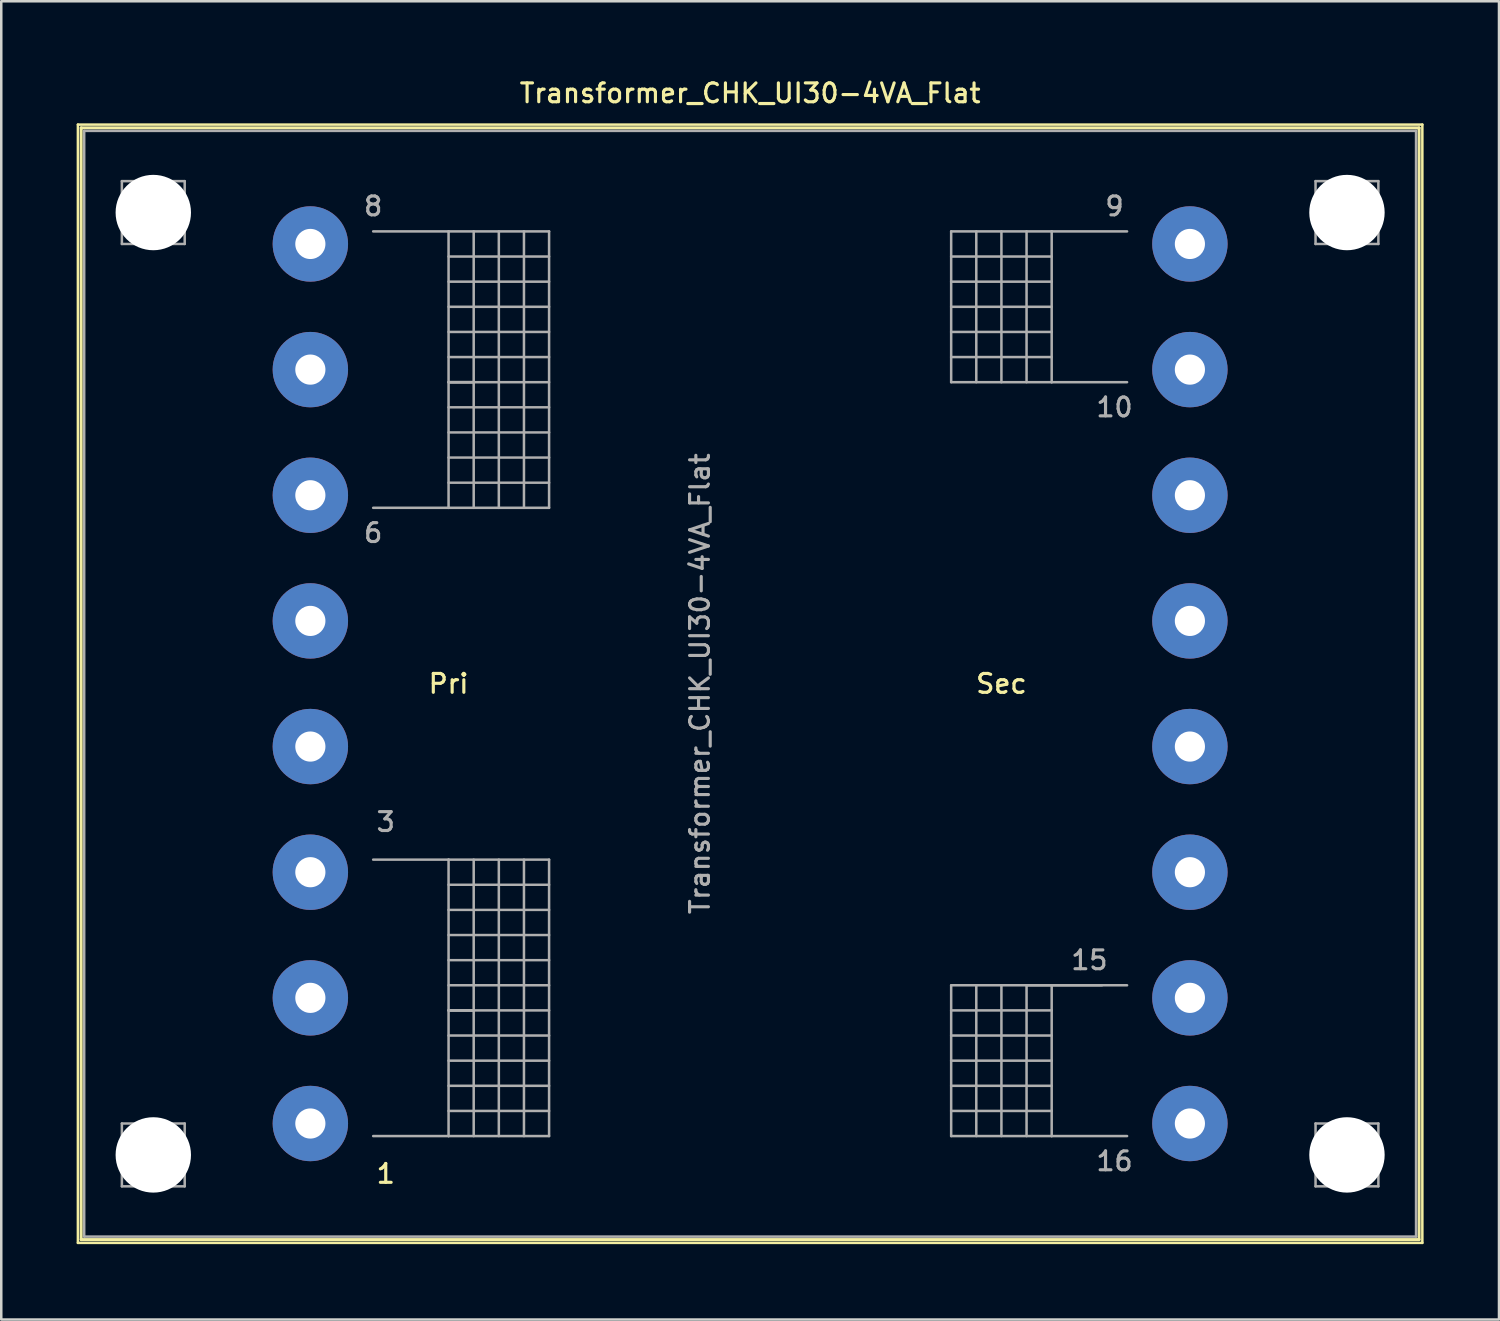
<source format=kicad_pcb>
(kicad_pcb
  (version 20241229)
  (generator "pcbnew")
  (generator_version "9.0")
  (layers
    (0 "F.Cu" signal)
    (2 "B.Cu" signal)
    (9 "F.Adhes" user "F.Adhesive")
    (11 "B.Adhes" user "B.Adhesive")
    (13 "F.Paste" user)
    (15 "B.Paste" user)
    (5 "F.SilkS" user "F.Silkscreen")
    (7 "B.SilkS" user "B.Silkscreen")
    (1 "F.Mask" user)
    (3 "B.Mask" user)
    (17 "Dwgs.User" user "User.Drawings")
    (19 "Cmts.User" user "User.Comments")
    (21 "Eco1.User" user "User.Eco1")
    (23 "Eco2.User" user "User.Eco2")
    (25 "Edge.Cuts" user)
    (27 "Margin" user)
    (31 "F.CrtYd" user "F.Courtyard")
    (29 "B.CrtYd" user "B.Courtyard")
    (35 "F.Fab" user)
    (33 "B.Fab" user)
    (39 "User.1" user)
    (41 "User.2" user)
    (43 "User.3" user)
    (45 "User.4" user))
  (footprint "Transformer_CHK_UI30-4VA_Flat"
    (layer "F.Cu")
    (at 9.3 41.658)
    (property "Reference" "Transformer_CHK_UI30-4VA_Flat" (at 17.5 -41 0) (layer "F.SilkS") (effects (font (size 0.75 0.75) (thickness 0.125))))
    (attr through_hole)
    (fp_line (start -9.25 -39.75) (end -9.25 4.75) (stroke (width 0.1) (type solid)) (layer "F.SilkS"))
    (fp_line (start -9.25 -39.75) (end 44.25 -39.75) (stroke (width 0.1) (type solid)) (layer "F.SilkS"))
    (fp_line (start -9.12 -39.62) (end -9.12 4.62) (stroke (width 0.12) (type solid)) (layer "F.SilkS"))
    (fp_line (start -9.12 -39.62) (end 44.12 -39.62) (stroke (width 0.12) (type solid)) (layer "F.SilkS"))
    (fp_line (start 44.12 4.62) (end -9.12 4.62) (stroke (width 0.12) (type solid)) (layer "F.SilkS"))
    (fp_line (start 44.12 4.62) (end 44.12 -39.62) (stroke (width 0.12) (type solid)) (layer "F.SilkS"))
    (fp_line (start 44.25 4.75) (end -9.25 4.75) (stroke (width 0.1) (type solid)) (layer "F.SilkS"))
    (fp_line (start 44.25 4.75) (end 44.25 -39.75) (stroke (width 0.1) (type solid)) (layer "F.SilkS"))
    (fp_line (start -9 -39.5) (end -9 4.5) (stroke (width 0.1) (type solid)) (layer "F.Fab"))
    (fp_line (start -9 4.5) (end 44 4.5) (stroke (width 0.1) (type solid)) (layer "F.Fab"))
    (fp_line (start -7.5 -37.5) (end -7.5 -35) (stroke (width 0.1) (type solid)) (layer "F.Fab"))
    (fp_line (start -7.5 -35) (end -5 -35) (stroke (width 0.1) (type solid)) (layer "F.Fab"))
    (fp_line (start -7.5 0) (end -7.5 2.5) (stroke (width 0.1) (type solid)) (layer "F.Fab"))
    (fp_line (start -7.5 2.5) (end -5 2.5) (stroke (width 0.1) (type solid)) (layer "F.Fab"))
    (fp_line (start -6.25 -37.5) (end -7.5 -37.5) (stroke (width 0.1) (type solid)) (layer "F.Fab"))
    (fp_line (start -6.25 0) (end -7.5 0) (stroke (width 0.1) (type solid)) (layer "F.Fab"))
    (fp_line (start -5 -37.5) (end -6.25 -37.5) (stroke (width 0.1) (type solid)) (layer "F.Fab"))
    (fp_line (start -5 -35) (end -5 -37.5) (stroke (width 0.1) (type solid)) (layer "F.Fab"))
    (fp_line (start -5 0) (end -6.25 0) (stroke (width 0.1) (type solid)) (layer "F.Fab"))
    (fp_line (start -5 2.5) (end -5 0) (stroke (width 0.1) (type solid)) (layer "F.Fab"))
    (fp_line (start 2.5 -35.5) (end 5.5 -35.5) (stroke (width 0.1) (type solid)) (layer "F.Fab"))
    (fp_line (start 2.5 -10.5) (end 5.5 -10.5) (stroke (width 0.1) (type solid)) (layer "F.Fab"))
    (fp_line (start 5.5 -35.5) (end 5.5 -24.5) (stroke (width 0.1) (type solid)) (layer "F.Fab"))
    (fp_line (start 5.5 -35.5) (end 9.5 -35.5) (stroke (width 0.1) (type solid)) (layer "F.Fab"))
    (fp_line (start 5.5 -34.5) (end 9.5 -34.5) (stroke (width 0.1) (type solid)) (layer "F.Fab"))
    (fp_line (start 5.5 -33.5) (end 9.5 -33.5) (stroke (width 0.1) (type solid)) (layer "F.Fab"))
    (fp_line (start 5.5 -32.5) (end 9.5 -32.5) (stroke (width 0.1) (type solid)) (layer "F.Fab"))
    (fp_line (start 5.5 -31.5) (end 9.5 -31.5) (stroke (width 0.1) (type solid)) (layer "F.Fab"))
    (fp_line (start 5.5 -30.5) (end 9.5 -30.5) (stroke (width 0.1) (type solid)) (layer "F.Fab"))
    (fp_line (start 5.5 -29.5) (end 6.5 -29.5) (stroke (width 0.1) (type solid)) (layer "F.Fab"))
    (fp_line (start 5.5 -28.5) (end 9.5 -28.5) (stroke (width 0.1) (type solid)) (layer "F.Fab"))
    (fp_line (start 5.5 -26.5) (end 8.5 -26.5) (stroke (width 0.1) (type solid)) (layer "F.Fab"))
    (fp_line (start 5.5 -24.5) (end 2.5 -24.5) (stroke (width 0.1) (type solid)) (layer "F.Fab"))
    (fp_line (start 5.5 -10.5) (end 5.5 0.5) (stroke (width 0.1) (type solid)) (layer "F.Fab"))
    (fp_line (start 5.5 -10.5) (end 9.5 -10.5) (stroke (width 0.1) (type solid)) (layer "F.Fab"))
    (fp_line (start 5.5 -9.5) (end 9.5 -9.5) (stroke (width 0.1) (type solid)) (layer "F.Fab"))
    (fp_line (start 5.5 -8.5) (end 9.5 -8.5) (stroke (width 0.1) (type solid)) (layer "F.Fab"))
    (fp_line (start 5.5 -7.5) (end 9.5 -7.5) (stroke (width 0.1) (type solid)) (layer "F.Fab"))
    (fp_line (start 5.5 -6.5) (end 9.5 -6.5) (stroke (width 0.1) (type solid)) (layer "F.Fab"))
    (fp_line (start 5.5 -5.5) (end 9.5 -5.5) (stroke (width 0.1) (type solid)) (layer "F.Fab"))
    (fp_line (start 5.5 -4.5) (end 6.5 -4.5) (stroke (width 0.1) (type solid)) (layer "F.Fab"))
    (fp_line (start 5.5 -3.5) (end 9.5 -3.5) (stroke (width 0.1) (type solid)) (layer "F.Fab"))
    (fp_line (start 5.5 -1.5) (end 8.5 -1.5) (stroke (width 0.1) (type solid)) (layer "F.Fab"))
    (fp_line (start 5.5 0.5) (end 2.5 0.5) (stroke (width 0.1) (type solid)) (layer "F.Fab"))
    (fp_line (start 6.5 -35.5) (end 6.5 -24.5) (stroke (width 0.1) (type solid)) (layer "F.Fab"))
    (fp_line (start 6.5 -29.5) (end 5.5 -29.5) (stroke (width 0.1) (type solid)) (layer "F.Fab"))
    (fp_line (start 6.5 -10.5) (end 6.5 0.5) (stroke (width 0.1) (type solid)) (layer "F.Fab"))
    (fp_line (start 6.5 -4.5) (end 5.5 -4.5) (stroke (width 0.1) (type solid)) (layer "F.Fab"))
    (fp_line (start 7.5 -24.5) (end 7.5 -35.5) (stroke (width 0.1) (type solid)) (layer "F.Fab"))
    (fp_line (start 7.5 0.5) (end 7.5 -10.5) (stroke (width 0.1) (type solid)) (layer "F.Fab"))
    (fp_line (start 8.5 -35.5) (end 8.5 -24.5) (stroke (width 0.1) (type solid)) (layer "F.Fab"))
    (fp_line (start 8.5 -26.5) (end 9.5 -26.5) (stroke (width 0.1) (type solid)) (layer "F.Fab"))
    (fp_line (start 8.5 -10.5) (end 8.5 0.5) (stroke (width 0.1) (type solid)) (layer "F.Fab"))
    (fp_line (start 8.5 -1.5) (end 9.5 -1.5) (stroke (width 0.1) (type solid)) (layer "F.Fab"))
    (fp_line (start 9.5 -35.5) (end 9.5 -24.5) (stroke (width 0.1) (type solid)) (layer "F.Fab"))
    (fp_line (start 9.5 -29.5) (end 5.5 -29.5) (stroke (width 0.1) (type solid)) (layer "F.Fab"))
    (fp_line (start 9.5 -27.5) (end 5.5 -27.5) (stroke (width 0.1) (type solid)) (layer "F.Fab"))
    (fp_line (start 9.5 -25.5) (end 5.5 -25.5) (stroke (width 0.1) (type solid)) (layer "F.Fab"))
    (fp_line (start 9.5 -24.5) (end 5.5 -24.5) (stroke (width 0.1) (type solid)) (layer "F.Fab"))
    (fp_line (start 9.5 -10.5) (end 9.5 0.5) (stroke (width 0.1) (type solid)) (layer "F.Fab"))
    (fp_line (start 9.5 -4.5) (end 5.5 -4.5) (stroke (width 0.1) (type solid)) (layer "F.Fab"))
    (fp_line (start 9.5 -2.5) (end 5.5 -2.5) (stroke (width 0.1) (type solid)) (layer "F.Fab"))
    (fp_line (start 9.5 -0.5) (end 5.5 -0.5) (stroke (width 0.1) (type solid)) (layer "F.Fab"))
    (fp_line (start 9.5 0.5) (end 5.5 0.5) (stroke (width 0.1) (type solid)) (layer "F.Fab"))
    (fp_line (start 25.5 -35.5) (end 25.5 -29.5) (stroke (width 0.1) (type solid)) (layer "F.Fab"))
    (fp_line (start 25.5 -34.5) (end 29.5 -34.5) (stroke (width 0.1) (type solid)) (layer "F.Fab"))
    (fp_line (start 25.5 -32.5) (end 29.5 -32.5) (stroke (width 0.1) (type solid)) (layer "F.Fab"))
    (fp_line (start 25.5 -31.5) (end 29.5 -31.5) (stroke (width 0.1) (type solid)) (layer "F.Fab"))
    (fp_line (start 25.5 -29.5) (end 29.5 -29.5) (stroke (width 0.1) (type solid)) (layer "F.Fab"))
    (fp_line (start 25.5 -5.5) (end 25.5 0.5) (stroke (width 0.1) (type solid)) (layer "F.Fab"))
    (fp_line (start 25.5 -4.5) (end 29.5 -4.5) (stroke (width 0.1) (type solid)) (layer "F.Fab"))
    (fp_line (start 25.5 -2.5) (end 29.5 -2.5) (stroke (width 0.1) (type solid)) (layer "F.Fab"))
    (fp_line (start 25.5 -1.5) (end 29.5 -1.5) (stroke (width 0.1) (type solid)) (layer "F.Fab"))
    (fp_line (start 25.5 0.5) (end 29.5 0.5) (stroke (width 0.1) (type solid)) (layer "F.Fab"))
    (fp_line (start 26.5 -35.5) (end 26.5 -29.5) (stroke (width 0.1) (type solid)) (layer "F.Fab"))
    (fp_line (start 26.5 -5.5) (end 26.5 0.5) (stroke (width 0.1) (type solid)) (layer "F.Fab"))
    (fp_line (start 27.5 -35.5) (end 27.5 -29.5) (stroke (width 0.1) (type solid)) (layer "F.Fab"))
    (fp_line (start 27.5 -5.5) (end 27.5 0.5) (stroke (width 0.1) (type solid)) (layer "F.Fab"))
    (fp_line (start 28.5 -35.5) (end 28.5 -29.5) (stroke (width 0.1) (type solid)) (layer "F.Fab"))
    (fp_line (start 28.5 -5.5) (end 28.5 0.5) (stroke (width 0.1) (type solid)) (layer "F.Fab"))
    (fp_line (start 29.5 -35.5) (end 25.5 -35.5) (stroke (width 0.1) (type solid)) (layer "F.Fab"))
    (fp_line (start 29.5 -35.5) (end 29.5 -29.5) (stroke (width 0.1) (type solid)) (layer "F.Fab"))
    (fp_line (start 29.5 -33.5) (end 25.5 -33.5) (stroke (width 0.1) (type solid)) (layer "F.Fab"))
    (fp_line (start 29.5 -30.5) (end 25.5 -30.5) (stroke (width 0.1) (type solid)) (layer "F.Fab"))
    (fp_line (start 29.5 -29.5) (end 32.5 -29.5) (stroke (width 0.1) (type solid)) (layer "F.Fab"))
    (fp_line (start 29.5 -5.5) (end 25.5 -5.5) (stroke (width 0.1) (type solid)) (layer "F.Fab"))
    (fp_line (start 29.5 -5.5) (end 29.5 0.5) (stroke (width 0.1) (type solid)) (layer "F.Fab"))
    (fp_line (start 29.5 -3.5) (end 25.5 -3.5) (stroke (width 0.1) (type solid)) (layer "F.Fab"))
    (fp_line (start 29.5 -0.5) (end 25.5 -0.5) (stroke (width 0.1) (type solid)) (layer "F.Fab"))
    (fp_line (start 29.5 0.5) (end 32.5 0.5) (stroke (width 0.1) (type solid)) (layer "F.Fab"))
    (fp_line (start 31.5 -5.5) (end 28.5 -5.5) (stroke (width 0.1) (type solid)) (layer "F.Fab"))
    (fp_line (start 32.5 -35.5) (end 29.5 -35.5) (stroke (width 0.1) (type solid)) (layer "F.Fab"))
    (fp_line (start 32.5 -5.5) (end 29.5 -5.5) (stroke (width 0.1) (type solid)) (layer "F.Fab"))
    (fp_line (start 40 -37.5) (end 40 -35) (stroke (width 0.1) (type solid)) (layer "F.Fab"))
    (fp_line (start 40 -35) (end 42.5 -35) (stroke (width 0.1) (type solid)) (layer "F.Fab"))
    (fp_line (start 40 0) (end 40 2.5) (stroke (width 0.1) (type solid)) (layer "F.Fab"))
    (fp_line (start 40 2.5) (end 42.5 2.5) (stroke (width 0.1) (type solid)) (layer "F.Fab"))
    (fp_line (start 41.25 -37.5) (end 40 -37.5) (stroke (width 0.1) (type solid)) (layer "F.Fab"))
    (fp_line (start 41.25 0) (end 40 0) (stroke (width 0.1) (type solid)) (layer "F.Fab"))
    (fp_line (start 42.5 -37.5) (end 41.25 -37.5) (stroke (width 0.1) (type solid)) (layer "F.Fab"))
    (fp_line (start 42.5 -35) (end 42.5 -37.5) (stroke (width 0.1) (type solid)) (layer "F.Fab"))
    (fp_line (start 42.5 0) (end 41.25 0) (stroke (width 0.1) (type solid)) (layer "F.Fab"))
    (fp_line (start 42.5 2.5) (end 42.5 0) (stroke (width 0.1) (type solid)) (layer "F.Fab"))
    (fp_line (start 44 -39.5) (end -9 -39.5) (stroke (width 0.1) (type solid)) (layer "F.Fab"))
    (fp_line (start 44 4.5) (end 44 -39.5) (stroke (width 0.1) (type solid)) (layer "F.Fab"))
    (fp_text user "Pri" (at 5.5 -17.5 0) (layer "F.SilkS") (effects (font (size 0.75 0.75) (thickness 0.125))))
    (fp_text user "1" (at 3 2 0) (layer "F.SilkS") (effects (font (size 0.75 0.75) (thickness 0.125))))
    (fp_text user "Sec" (at 27.5 -17.5 0) (layer "F.SilkS") (effects (font (size 0.75 0.75) (thickness 0.125))))
    (fp_text user "3" (at 3 -12 0) (layer "F.Fab") (effects (font (size 0.75 0.75) (thickness 0.125))))
    (fp_text user "6" (at 2.5 -23.5 0) (layer "F.Fab") (effects (font (size 0.75 0.75) (thickness 0.125))))
    (fp_text user "8" (at 2.5 -36.5 0) (layer "F.Fab") (effects (font (size 0.75 0.75) (thickness 0.125))))
    (fp_text user "9" (at 32 -36.5 0) (layer "F.Fab") (effects (font (size 0.75 0.75) (thickness 0.125))))
    (fp_text user "10" (at 32 -28.5 0) (layer "F.Fab") (effects (font (size 0.75 0.75) (thickness 0.125))))
    (fp_text user "15" (at 31 -6.5 0) (layer "F.Fab") (effects (font (size 0.75 0.75) (thickness 0.125))))
    (fp_text user "${REFERENCE}" (at 15.5 -17.5 90) (layer "F.Fab") (effects (font (size 0.75 0.75) (thickness 0.125))))
    (fp_text user "16" (at 32 1.5 0) (layer "F.Fab") (effects (font (size 0.75 0.75) (thickness 0.125))))
    (pad "" np_thru_hole circle (at -6.25 -36.25) (size 3 3) (drill 3) (layers "*.Cu" "*.Mask"))
    (pad "" np_thru_hole circle (at -6.25 1.25) (size 3 3) (drill 3) (layers "*.Cu" "*.Mask"))
    (pad "" np_thru_hole circle (at 41.25 -36.25) (size 3 3) (drill 3) (layers "*.Cu" "*.Mask"))
    (pad "" np_thru_hole circle (at 41.25 1.25) (size 3 3) (drill 3) (layers "*.Cu" "*.Mask"))
    (pad "1" thru_hole circle (at 0 0) (size 3 3) (drill 1.2) (layers "*.Cu" "*.Mask"))
    (pad "2" thru_hole circle (at 0 -5) (size 3 3) (drill 1.2) (layers "*.Cu" "*.Mask"))
    (pad "3" thru_hole circle (at 0 -10) (size 3 3) (drill 1.2) (layers "*.Cu" "*.Mask"))
    (pad "4" thru_hole circle (at 0 -15) (size 3 3) (drill 1.2) (layers "*.Cu" "*.Mask"))
    (pad "5" thru_hole circle (at 0 -20) (size 3 3) (drill 1.2) (layers "*.Cu" "*.Mask"))
    (pad "6" thru_hole circle (at 0 -25) (size 3 3) (drill 1.2) (layers "*.Cu" "*.Mask"))
    (pad "7" thru_hole circle (at 0 -30) (size 3 3) (drill 1.2) (layers "*.Cu" "*.Mask"))
    (pad "8" thru_hole circle (at 0 -35) (size 3 3) (drill 1.2) (layers "*.Cu" "*.Mask"))
    (pad "9" thru_hole circle (at 35 -35) (size 3 3) (drill 1.2) (layers "*.Cu" "*.Mask"))
    (pad "10" thru_hole circle (at 35 -30) (size 3 3) (drill 1.2) (layers "*.Cu" "*.Mask"))
    (pad "11" thru_hole circle (at 35 -25) (size 3 3) (drill 1.2) (layers "*.Cu" "*.Mask"))
    (pad "12" thru_hole circle (at 35 -20) (size 3 3) (drill 1.2) (layers "*.Cu" "*.Mask"))
    (pad "13" thru_hole circle (at 35 -15) (size 3 3) (drill 1.2) (layers "*.Cu" "*.Mask"))
    (pad "14" thru_hole circle (at 35 -10) (size 3 3) (drill 1.2) (layers "*.Cu" "*.Mask"))
    (pad "15" thru_hole circle (at 35 -5) (size 3 3) (drill 1.2) (layers "*.Cu" "*.Mask"))
    (pad "16" thru_hole circle (at 35 0) (size 3 3) (drill 1.2) (layers "*.Cu" "*.Mask")))
  (gr_rect
    (start -3 -3)
    (end 56.6 49.458)
    (stroke (width 0.1) (type default))
    (fill no)
    (layer "Edge.Cuts")))
</source>
